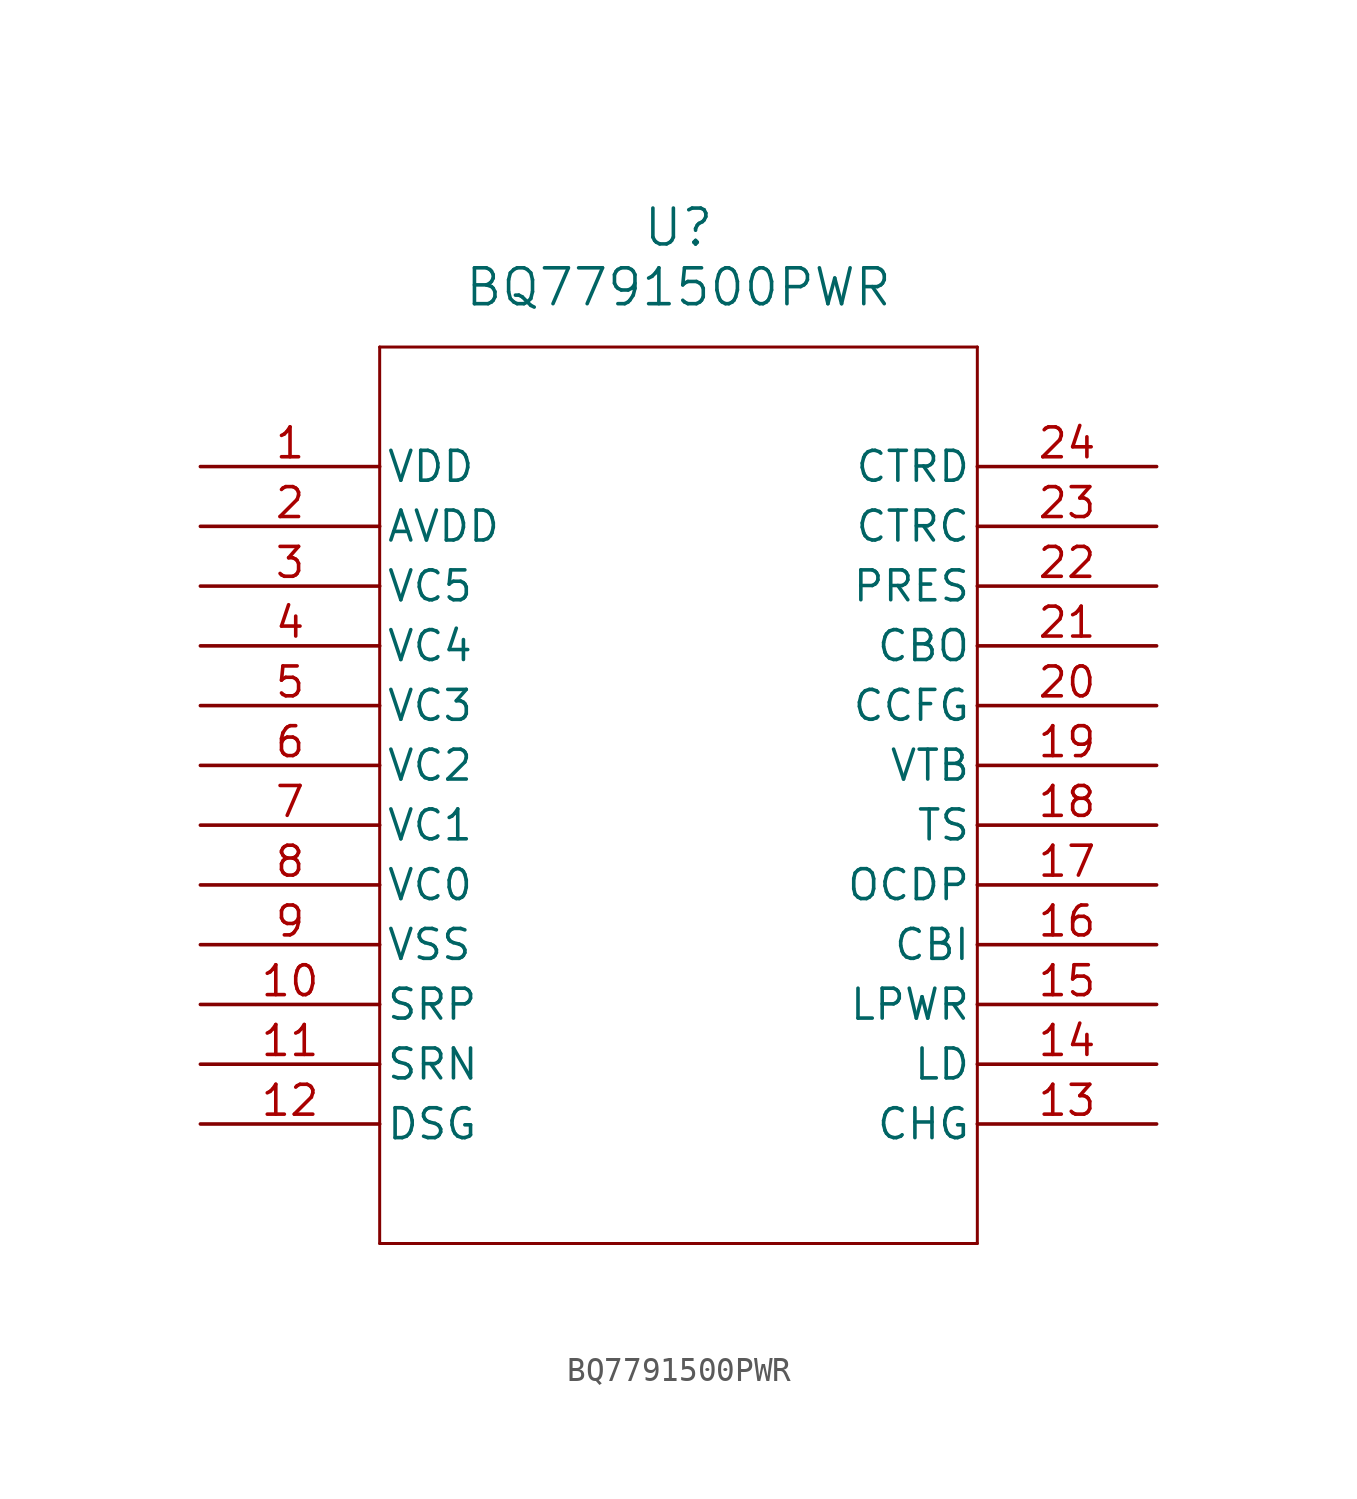
<source format=kicad_sym>
(kicad_symbol_lib
  (version 20211014)
  (generator kicad_symbol_editor)
  (symbol "BQ7791500PWR"
    (pin_names
      (offset 0.254))
    (property "Reference" "U"
      (at 20.32 10.16 0)
      (effects (font (size 1.524 1.524))))
    (property "Value" "BQ7791500PWR"
      (at 20.32 7.62 0)
      (effects (font (size 1.524 1.524))))
    (symbol "BQ7791500PWR_0_1"
      (polyline (pts (xy 7.62 5.08) (xy 7.62 -33.02)) (stroke (width 0.127) (type default) (color 0 0 0 0)) (fill (type none)))
      (polyline (pts (xy 7.62 -33.02) (xy 33.02 -33.02)) (stroke (width 0.127) (type default) (color 0 0 0 0)) (fill (type none)))
      (polyline (pts (xy 33.02 -33.02) (xy 33.02 5.08)) (stroke (width 0.127) (type default) (color 0 0 0 0)) (fill (type none)))
      (polyline (pts (xy 33.02 5.08) (xy 7.62 5.08)) (stroke (width 0.127) (type default) (color 0 0 0 0)) (fill (type none)))
      (pin power_in line (at 0 0 0) (length 7.62) (name "VDD" (effects (font (size 1.27 1.27)))) (number "1" (effects (font (size 1.27 1.27)))))
      (pin power_in line (at 0 -2.54 0) (length 7.62) (name "AVDD" (effects (font (size 1.27 1.27)))) (number "2" (effects (font (size 1.27 1.27)))))
      (pin input line (at 0 -5.08 0) (length 7.62) (name "VC5" (effects (font (size 1.27 1.27)))) (number "3" (effects (font (size 1.27 1.27)))))
      (pin input line (at 0 -7.62 0) (length 7.62) (name "VC4" (effects (font (size 1.27 1.27)))) (number "4" (effects (font (size 1.27 1.27)))))
      (pin input line (at 0 -10.16 0) (length 7.62) (name "VC3" (effects (font (size 1.27 1.27)))) (number "5" (effects (font (size 1.27 1.27)))))
      (pin input line (at 0 -12.7 0) (length 7.62) (name "VC2" (effects (font (size 1.27 1.27)))) (number "6" (effects (font (size 1.27 1.27)))))
      (pin input line (at 0 -15.24 0) (length 7.62) (name "VC1" (effects (font (size 1.27 1.27)))) (number "7" (effects (font (size 1.27 1.27)))))
      (pin input line (at 0 -17.78 0) (length 7.62) (name "VC0" (effects (font (size 1.27 1.27)))) (number "8" (effects (font (size 1.27 1.27)))))
      (pin power_in line (at 0 -20.32 0) (length 7.62) (name "VSS" (effects (font (size 1.27 1.27)))) (number "9" (effects (font (size 1.27 1.27)))))
      (pin input line (at 0 -22.86 0) (length 7.62) (name "SRP" (effects (font (size 1.27 1.27)))) (number "10" (effects (font (size 1.27 1.27)))))
      (pin input line (at 0 -25.4 0) (length 7.62) (name "SRN" (effects (font (size 1.27 1.27)))) (number "11" (effects (font (size 1.27 1.27)))))
      (pin output line (at 0 -27.94 0) (length 7.62) (name "DSG" (effects (font (size 1.27 1.27)))) (number "12" (effects (font (size 1.27 1.27)))))
      (pin output line (at 40.64 -27.94 180) (length 7.62) (name "CHG" (effects (font (size 1.27 1.27)))) (number "13" (effects (font (size 1.27 1.27)))))
      (pin input line (at 40.64 -25.4 180) (length 7.62) (name "LD" (effects (font (size 1.27 1.27)))) (number "14" (effects (font (size 1.27 1.27)))))
      (pin output line (at 40.64 -22.86 180) (length 7.62) (name "LPWR" (effects (font (size 1.27 1.27)))) (number "15" (effects (font (size 1.27 1.27)))))
      (pin input line (at 40.64 -20.32 180) (length 7.62) (name "CBI" (effects (font (size 1.27 1.27)))) (number "16" (effects (font (size 1.27 1.27)))))
      (pin input line (at 40.64 -17.78 180) (length 7.62) (name "OCDP" (effects (font (size 1.27 1.27)))) (number "17" (effects (font (size 1.27 1.27)))))
      (pin input line (at 40.64 -15.24 180) (length 7.62) (name "TS" (effects (font (size 1.27 1.27)))) (number "18" (effects (font (size 1.27 1.27)))))
      (pin output line (at 40.64 -12.7 180) (length 7.62) (name "VTB" (effects (font (size 1.27 1.27)))) (number "19" (effects (font (size 1.27 1.27)))))
      (pin input line (at 40.64 -10.16 180) (length 7.62) (name "CCFG" (effects (font (size 1.27 1.27)))) (number "20" (effects (font (size 1.27 1.27)))))
      (pin output line (at 40.64 -7.62 180) (length 7.62) (name "CBO" (effects (font (size 1.27 1.27)))) (number "21" (effects (font (size 1.27 1.27)))))
      (pin input line (at 40.64 -5.08 180) (length 7.62) (name "PRES" (effects (font (size 1.27 1.27)))) (number "22" (effects (font (size 1.27 1.27)))))
      (pin input line (at 40.64 -2.54 180) (length 7.62) (name "CTRC" (effects (font (size 1.27 1.27)))) (number "23" (effects (font (size 1.27 1.27)))))
      (pin input line (at 40.64 0 180) (length 7.62) (name "CTRD" (effects (font (size 1.27 1.27)))) (number "24" (effects (font (size 1.27 1.27))))))))
</source>
